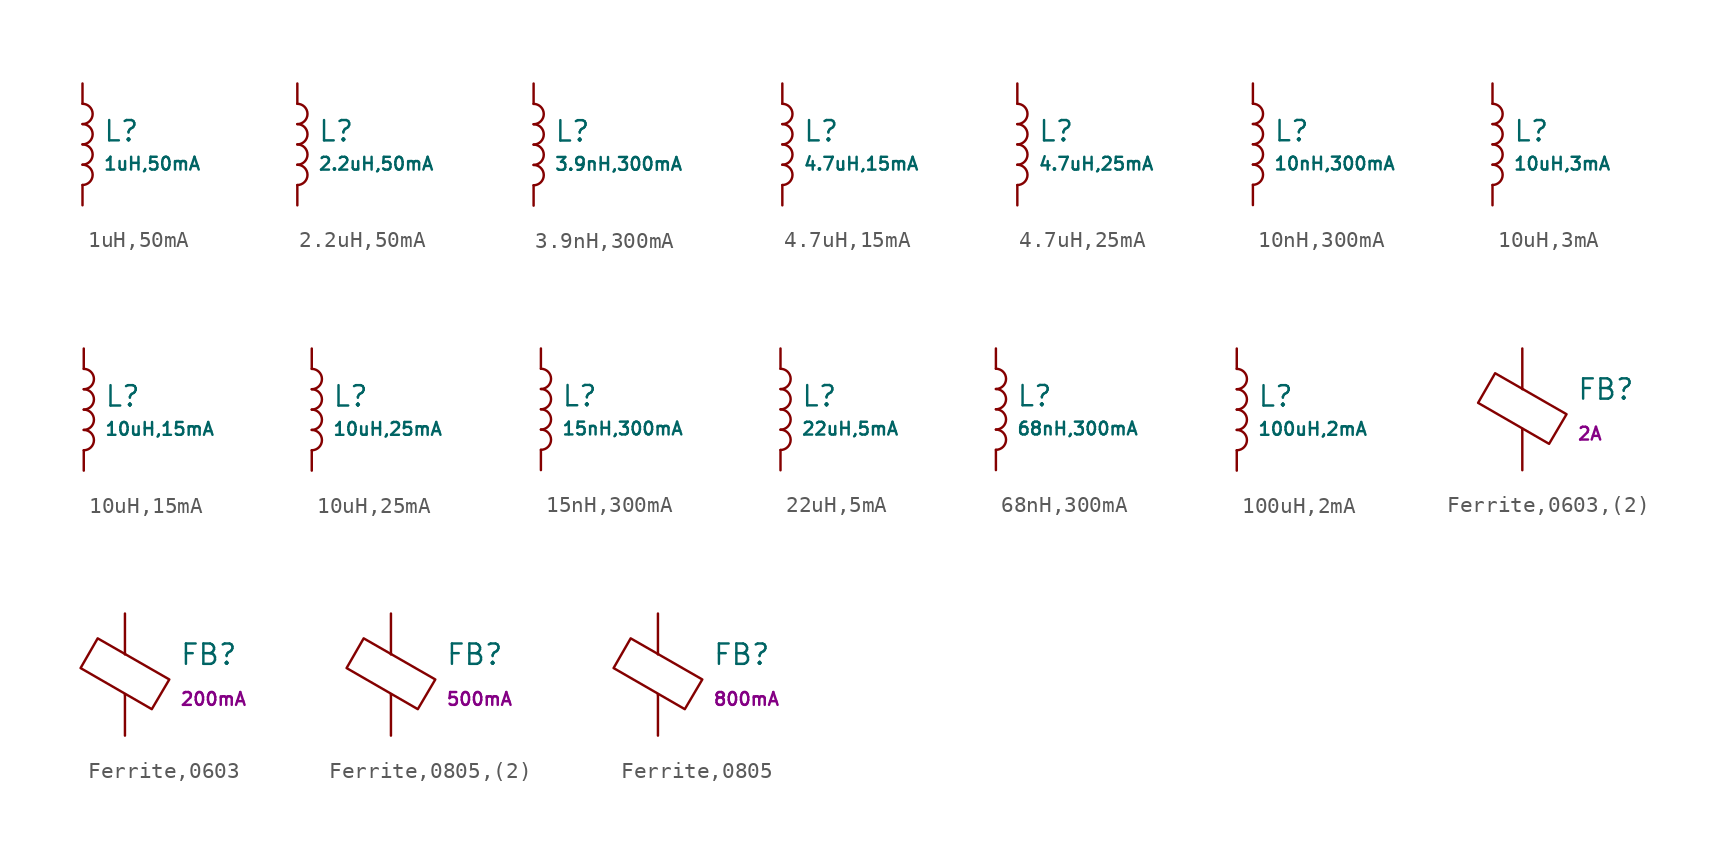
<source format=kicad_sym>
(kicad_symbol_lib
  (version 20231120)
  (generator "CDFER")
  (generator_version "8.0")
  (symbol "1uH,50mA"
    (pin_numbers hide)
    (pin_names
      (offset 0))
    (property "Reference" "L"
      (at 1.267 0.834 0)
      (effects (font (size 1.27 1.27)) (justify left)))
    (property "Value" "1uH,50mA"
      (at 1.267 -1.212 0)
      (effects (font (size 0.8 0.8)) (justify left)))
    (symbol "1uH,50mA_0_1"
      (arc (start 0 -2.54) (mid 0.6323 -1.905) (end 0 -1.27) (stroke (width 0) (type default)) (fill (type none)))
      (arc (start 0 -1.27) (mid 0.6323 -0.635) (end 0 0) (stroke (width 0) (type default)) (fill (type none)))
      (arc (start 0 0) (mid 0.6323 0.635) (end 0 1.27) (stroke (width 0) (type default)) (fill (type none)))
      (arc (start 0 1.27) (mid 0.6323 1.905) (end 0 2.54) (stroke (width 0) (type default)) (fill (type none))))
    (symbol "1uH,50mA_1_1"
      (pin passive line (at 0 3.81 270) (length 1.27) (name "~" (effects (font (size 1.27 1.27)))) (number "1" (effects (font (size 1.27 1.27)))))
      (pin passive line (at 0 -3.81 90) (length 1.27) (name "~" (effects (font (size 1.27 1.27)))) (number "2" (effects (font (size 1.27 1.27)))))))
  (symbol "2.2uH,50mA"
    (pin_numbers hide)
    (pin_names
      (offset 0))
    (property "Reference" "L"
      (at 1.267 0.834 0)
      (effects (font (size 1.27 1.27)) (justify left)))
    (property "Value" "2.2uH,50mA"
      (at 1.267 -1.212 0)
      (effects (font (size 0.8 0.8)) (justify left)))
    (symbol "2.2uH,50mA_0_1"
      (arc (start 0 -2.54) (mid 0.6323 -1.905) (end 0 -1.27) (stroke (width 0) (type default)) (fill (type none)))
      (arc (start 0 -1.27) (mid 0.6323 -0.635) (end 0 0) (stroke (width 0) (type default)) (fill (type none)))
      (arc (start 0 0) (mid 0.6323 0.635) (end 0 1.27) (stroke (width 0) (type default)) (fill (type none)))
      (arc (start 0 1.27) (mid 0.6323 1.905) (end 0 2.54) (stroke (width 0) (type default)) (fill (type none))))
    (symbol "2.2uH,50mA_1_1"
      (pin passive line (at 0 3.81 270) (length 1.27) (name "~" (effects (font (size 1.27 1.27)))) (number "1" (effects (font (size 1.27 1.27)))))
      (pin passive line (at 0 -3.81 90) (length 1.27) (name "~" (effects (font (size 1.27 1.27)))) (number "2" (effects (font (size 1.27 1.27)))))))
  (symbol "3.9nH,300mA"
    (pin_numbers hide)
    (pin_names
      (offset 0))
    (property "Reference" "L"
      (at 1.267 0.834 0)
      (effects (font (size 1.27 1.27)) (justify left)))
    (property "Value" "3.9nH,300mA"
      (at 1.267 -1.212 0)
      (effects (font (size 0.8 0.8)) (justify left)))
    (symbol "3.9nH,300mA_0_1"
      (arc (start 0 -2.54) (mid 0.6323 -1.905) (end 0 -1.27) (stroke (width 0) (type default)) (fill (type none)))
      (arc (start 0 -1.27) (mid 0.6323 -0.635) (end 0 0) (stroke (width 0) (type default)) (fill (type none)))
      (arc (start 0 0) (mid 0.6323 0.635) (end 0 1.27) (stroke (width 0) (type default)) (fill (type none)))
      (arc (start 0 1.27) (mid 0.6323 1.905) (end 0 2.54) (stroke (width 0) (type default)) (fill (type none))))
    (symbol "3.9nH,300mA_1_1"
      (pin passive line (at 0 3.81 270) (length 1.27) (name "~" (effects (font (size 1.27 1.27)))) (number "1" (effects (font (size 1.27 1.27)))))
      (pin passive line (at 0 -3.81 90) (length 1.27) (name "~" (effects (font (size 1.27 1.27)))) (number "2" (effects (font (size 1.27 1.27)))))))
  (symbol "4.7uH,15mA"
    (pin_numbers hide)
    (pin_names
      (offset 0))
    (property "Reference" "L"
      (at 1.267 0.834 0)
      (effects (font (size 1.27 1.27)) (justify left)))
    (property "Value" "4.7uH,15mA"
      (at 1.267 -1.212 0)
      (effects (font (size 0.8 0.8)) (justify left)))
    (symbol "4.7uH,15mA_0_1"
      (arc (start 0 -2.54) (mid 0.6323 -1.905) (end 0 -1.27) (stroke (width 0) (type default)) (fill (type none)))
      (arc (start 0 -1.27) (mid 0.6323 -0.635) (end 0 0) (stroke (width 0) (type default)) (fill (type none)))
      (arc (start 0 0) (mid 0.6323 0.635) (end 0 1.27) (stroke (width 0) (type default)) (fill (type none)))
      (arc (start 0 1.27) (mid 0.6323 1.905) (end 0 2.54) (stroke (width 0) (type default)) (fill (type none))))
    (symbol "4.7uH,15mA_1_1"
      (pin passive line (at 0 3.81 270) (length 1.27) (name "~" (effects (font (size 1.27 1.27)))) (number "1" (effects (font (size 1.27 1.27)))))
      (pin passive line (at 0 -3.81 90) (length 1.27) (name "~" (effects (font (size 1.27 1.27)))) (number "2" (effects (font (size 1.27 1.27)))))))
  (symbol "4.7uH,25mA"
    (pin_numbers hide)
    (pin_names
      (offset 0))
    (property "Reference" "L"
      (at 1.267 0.834 0)
      (effects (font (size 1.27 1.27)) (justify left)))
    (property "Value" "4.7uH,25mA"
      (at 1.267 -1.212 0)
      (effects (font (size 0.8 0.8)) (justify left)))
    (symbol "4.7uH,25mA_0_1"
      (arc (start 0 -2.54) (mid 0.6323 -1.905) (end 0 -1.27) (stroke (width 0) (type default)) (fill (type none)))
      (arc (start 0 -1.27) (mid 0.6323 -0.635) (end 0 0) (stroke (width 0) (type default)) (fill (type none)))
      (arc (start 0 0) (mid 0.6323 0.635) (end 0 1.27) (stroke (width 0) (type default)) (fill (type none)))
      (arc (start 0 1.27) (mid 0.6323 1.905) (end 0 2.54) (stroke (width 0) (type default)) (fill (type none))))
    (symbol "4.7uH,25mA_1_1"
      (pin passive line (at 0 3.81 270) (length 1.27) (name "~" (effects (font (size 1.27 1.27)))) (number "1" (effects (font (size 1.27 1.27)))))
      (pin passive line (at 0 -3.81 90) (length 1.27) (name "~" (effects (font (size 1.27 1.27)))) (number "2" (effects (font (size 1.27 1.27)))))))
  (symbol "10nH,300mA"
    (pin_numbers hide)
    (pin_names
      (offset 0))
    (property "Reference" "L"
      (at 1.267 0.834 0)
      (effects (font (size 1.27 1.27)) (justify left)))
    (property "Value" "10nH,300mA"
      (at 1.267 -1.212 0)
      (effects (font (size 0.8 0.8)) (justify left)))
    (symbol "10nH,300mA_0_1"
      (arc (start 0 -2.54) (mid 0.6323 -1.905) (end 0 -1.27) (stroke (width 0) (type default)) (fill (type none)))
      (arc (start 0 -1.27) (mid 0.6323 -0.635) (end 0 0) (stroke (width 0) (type default)) (fill (type none)))
      (arc (start 0 0) (mid 0.6323 0.635) (end 0 1.27) (stroke (width 0) (type default)) (fill (type none)))
      (arc (start 0 1.27) (mid 0.6323 1.905) (end 0 2.54) (stroke (width 0) (type default)) (fill (type none))))
    (symbol "10nH,300mA_1_1"
      (pin passive line (at 0 3.81 270) (length 1.27) (name "~" (effects (font (size 1.27 1.27)))) (number "1" (effects (font (size 1.27 1.27)))))
      (pin passive line (at 0 -3.81 90) (length 1.27) (name "~" (effects (font (size 1.27 1.27)))) (number "2" (effects (font (size 1.27 1.27)))))))
  (symbol "10uH,3mA"
    (pin_numbers hide)
    (pin_names
      (offset 0))
    (property "Reference" "L"
      (at 1.267 0.834 0)
      (effects (font (size 1.27 1.27)) (justify left)))
    (property "Value" "10uH,3mA"
      (at 1.267 -1.212 0)
      (effects (font (size 0.8 0.8)) (justify left)))
    (symbol "10uH,3mA_0_1"
      (arc (start 0 -2.54) (mid 0.6323 -1.905) (end 0 -1.27) (stroke (width 0) (type default)) (fill (type none)))
      (arc (start 0 -1.27) (mid 0.6323 -0.635) (end 0 0) (stroke (width 0) (type default)) (fill (type none)))
      (arc (start 0 0) (mid 0.6323 0.635) (end 0 1.27) (stroke (width 0) (type default)) (fill (type none)))
      (arc (start 0 1.27) (mid 0.6323 1.905) (end 0 2.54) (stroke (width 0) (type default)) (fill (type none))))
    (symbol "10uH,3mA_1_1"
      (pin passive line (at 0 3.81 270) (length 1.27) (name "~" (effects (font (size 1.27 1.27)))) (number "1" (effects (font (size 1.27 1.27)))))
      (pin passive line (at 0 -3.81 90) (length 1.27) (name "~" (effects (font (size 1.27 1.27)))) (number "2" (effects (font (size 1.27 1.27)))))))
  (symbol "10uH,15mA"
    (pin_numbers hide)
    (pin_names
      (offset 0))
    (property "Reference" "L"
      (at 1.267 0.834 0)
      (effects (font (size 1.27 1.27)) (justify left)))
    (property "Value" "10uH,15mA"
      (at 1.267 -1.212 0)
      (effects (font (size 0.8 0.8)) (justify left)))
    (symbol "10uH,15mA_0_1"
      (arc (start 0 -2.54) (mid 0.6323 -1.905) (end 0 -1.27) (stroke (width 0) (type default)) (fill (type none)))
      (arc (start 0 -1.27) (mid 0.6323 -0.635) (end 0 0) (stroke (width 0) (type default)) (fill (type none)))
      (arc (start 0 0) (mid 0.6323 0.635) (end 0 1.27) (stroke (width 0) (type default)) (fill (type none)))
      (arc (start 0 1.27) (mid 0.6323 1.905) (end 0 2.54) (stroke (width 0) (type default)) (fill (type none))))
    (symbol "10uH,15mA_1_1"
      (pin passive line (at 0 3.81 270) (length 1.27) (name "~" (effects (font (size 1.27 1.27)))) (number "1" (effects (font (size 1.27 1.27)))))
      (pin passive line (at 0 -3.81 90) (length 1.27) (name "~" (effects (font (size 1.27 1.27)))) (number "2" (effects (font (size 1.27 1.27)))))))
  (symbol "10uH,25mA"
    (pin_numbers hide)
    (pin_names
      (offset 0))
    (property "Reference" "L"
      (at 1.267 0.834 0)
      (effects (font (size 1.27 1.27)) (justify left)))
    (property "Value" "10uH,25mA"
      (at 1.267 -1.212 0)
      (effects (font (size 0.8 0.8)) (justify left)))
    (symbol "10uH,25mA_0_1"
      (arc (start 0 -2.54) (mid 0.6323 -1.905) (end 0 -1.27) (stroke (width 0) (type default)) (fill (type none)))
      (arc (start 0 -1.27) (mid 0.6323 -0.635) (end 0 0) (stroke (width 0) (type default)) (fill (type none)))
      (arc (start 0 0) (mid 0.6323 0.635) (end 0 1.27) (stroke (width 0) (type default)) (fill (type none)))
      (arc (start 0 1.27) (mid 0.6323 1.905) (end 0 2.54) (stroke (width 0) (type default)) (fill (type none))))
    (symbol "10uH,25mA_1_1"
      (pin passive line (at 0 3.81 270) (length 1.27) (name "~" (effects (font (size 1.27 1.27)))) (number "1" (effects (font (size 1.27 1.27)))))
      (pin passive line (at 0 -3.81 90) (length 1.27) (name "~" (effects (font (size 1.27 1.27)))) (number "2" (effects (font (size 1.27 1.27)))))))
  (symbol "15nH,300mA"
    (pin_numbers hide)
    (pin_names
      (offset 0))
    (property "Reference" "L"
      (at 1.267 0.834 0)
      (effects (font (size 1.27 1.27)) (justify left)))
    (property "Value" "15nH,300mA"
      (at 1.267 -1.212 0)
      (effects (font (size 0.8 0.8)) (justify left)))
    (symbol "15nH,300mA_0_1"
      (arc (start 0 -2.54) (mid 0.6323 -1.905) (end 0 -1.27) (stroke (width 0) (type default)) (fill (type none)))
      (arc (start 0 -1.27) (mid 0.6323 -0.635) (end 0 0) (stroke (width 0) (type default)) (fill (type none)))
      (arc (start 0 0) (mid 0.6323 0.635) (end 0 1.27) (stroke (width 0) (type default)) (fill (type none)))
      (arc (start 0 1.27) (mid 0.6323 1.905) (end 0 2.54) (stroke (width 0) (type default)) (fill (type none))))
    (symbol "15nH,300mA_1_1"
      (pin passive line (at 0 3.81 270) (length 1.27) (name "~" (effects (font (size 1.27 1.27)))) (number "1" (effects (font (size 1.27 1.27)))))
      (pin passive line (at 0 -3.81 90) (length 1.27) (name "~" (effects (font (size 1.27 1.27)))) (number "2" (effects (font (size 1.27 1.27)))))))
  (symbol "22uH,5mA"
    (pin_numbers hide)
    (pin_names
      (offset 0))
    (property "Reference" "L"
      (at 1.267 0.834 0)
      (effects (font (size 1.27 1.27)) (justify left)))
    (property "Value" "22uH,5mA"
      (at 1.267 -1.212 0)
      (effects (font (size 0.8 0.8)) (justify left)))
    (symbol "22uH,5mA_0_1"
      (arc (start 0 -2.54) (mid 0.6323 -1.905) (end 0 -1.27) (stroke (width 0) (type default)) (fill (type none)))
      (arc (start 0 -1.27) (mid 0.6323 -0.635) (end 0 0) (stroke (width 0) (type default)) (fill (type none)))
      (arc (start 0 0) (mid 0.6323 0.635) (end 0 1.27) (stroke (width 0) (type default)) (fill (type none)))
      (arc (start 0 1.27) (mid 0.6323 1.905) (end 0 2.54) (stroke (width 0) (type default)) (fill (type none))))
    (symbol "22uH,5mA_1_1"
      (pin passive line (at 0 3.81 270) (length 1.27) (name "~" (effects (font (size 1.27 1.27)))) (number "1" (effects (font (size 1.27 1.27)))))
      (pin passive line (at 0 -3.81 90) (length 1.27) (name "~" (effects (font (size 1.27 1.27)))) (number "2" (effects (font (size 1.27 1.27)))))))
  (symbol "68nH,300mA"
    (pin_numbers hide)
    (pin_names
      (offset 0))
    (property "Reference" "L"
      (at 1.267 0.834 0)
      (effects (font (size 1.27 1.27)) (justify left)))
    (property "Value" "68nH,300mA"
      (at 1.267 -1.212 0)
      (effects (font (size 0.8 0.8)) (justify left)))
    (symbol "68nH,300mA_0_1"
      (arc (start 0 -2.54) (mid 0.6323 -1.905) (end 0 -1.27) (stroke (width 0) (type default)) (fill (type none)))
      (arc (start 0 -1.27) (mid 0.6323 -0.635) (end 0 0) (stroke (width 0) (type default)) (fill (type none)))
      (arc (start 0 0) (mid 0.6323 0.635) (end 0 1.27) (stroke (width 0) (type default)) (fill (type none)))
      (arc (start 0 1.27) (mid 0.6323 1.905) (end 0 2.54) (stroke (width 0) (type default)) (fill (type none))))
    (symbol "68nH,300mA_1_1"
      (pin passive line (at 0 3.81 270) (length 1.27) (name "~" (effects (font (size 1.27 1.27)))) (number "1" (effects (font (size 1.27 1.27)))))
      (pin passive line (at 0 -3.81 90) (length 1.27) (name "~" (effects (font (size 1.27 1.27)))) (number "2" (effects (font (size 1.27 1.27)))))))
  (symbol "100uH,2mA"
    (pin_numbers hide)
    (pin_names
      (offset 0))
    (property "Reference" "L"
      (at 1.267 0.834 0)
      (effects (font (size 1.27 1.27)) (justify left)))
    (property "Value" "100uH,2mA"
      (at 1.267 -1.212 0)
      (effects (font (size 0.8 0.8)) (justify left)))
    (symbol "100uH,2mA_0_1"
      (arc (start 0 -2.54) (mid 0.6323 -1.905) (end 0 -1.27) (stroke (width 0) (type default)) (fill (type none)))
      (arc (start 0 -1.27) (mid 0.6323 -0.635) (end 0 0) (stroke (width 0) (type default)) (fill (type none)))
      (arc (start 0 0) (mid 0.6323 0.635) (end 0 1.27) (stroke (width 0) (type default)) (fill (type none)))
      (arc (start 0 1.27) (mid 0.6323 1.905) (end 0 2.54) (stroke (width 0) (type default)) (fill (type none))))
    (symbol "100uH,2mA_1_1"
      (pin passive line (at 0 3.81 270) (length 1.27) (name "~" (effects (font (size 1.27 1.27)))) (number "1" (effects (font (size 1.27 1.27)))))
      (pin passive line (at 0 -3.81 90) (length 1.27) (name "~" (effects (font (size 1.27 1.27)))) (number "2" (effects (font (size 1.27 1.27)))))))
  (symbol "Ferrite,0603,(2)"
    (pin_numbers hide)
    (pin_names
      (offset 0))
    (property "Reference" "FB"
      (at 3.404 1.251 0)
      (effects (font (size 1.27 1.27)) (justify left)))
    (property "Value" ""
      (at 0 0 0)
      (effects (font (size 0.8 0.8)) (justify left)))
    (property "Current Rating" "2A"
      (at 3.404 -1.527 0)
      (effects (font (size 0.8 0.8)) (justify left)))
    (symbol "Ferrite,0603,(2)_0_1"
      (polyline (pts (xy 0 -1.27) (xy 0 -1.219)) (stroke (width 0) (type default)) (fill (type none)))
      (polyline (pts (xy 0 1.27) (xy 0 1.295)) (stroke (width 0) (type default)) (fill (type none)))
      (polyline (pts (xy -2.769 0.406) (xy -1.702 2.261) (xy 2.769 -0.305) (xy 1.676 -2.159) (xy -2.769 0.406)) (stroke (width 0) (type default)) (fill (type none))))
    (symbol "Ferrite,0603,(2)_1_1"
      (pin passive line (at 0 3.81 270) (length 2.54) (name "~" (effects (font (size 1.27 1.27)))) (number "1" (effects (font (size 1.27 1.27)))))
      (pin passive line (at 0 -3.81 90) (length 2.54) (name "~" (effects (font (size 1.27 1.27)))) (number "2" (effects (font (size 1.27 1.27)))))))
  (symbol "Ferrite,0603"
    (pin_numbers hide)
    (pin_names
      (offset 0))
    (property "Reference" "FB"
      (at 3.404 1.251 0)
      (effects (font (size 1.27 1.27)) (justify left)))
    (property "Value" ""
      (at 0 0 0)
      (effects (font (size 0.8 0.8)) (justify left)))
    (property "Current Rating" "200mA"
      (at 3.404 -1.527 0)
      (effects (font (size 0.8 0.8)) (justify left)))
    (symbol "Ferrite,0603_0_1"
      (polyline (pts (xy 0 -1.27) (xy 0 -1.219)) (stroke (width 0) (type default)) (fill (type none)))
      (polyline (pts (xy 0 1.27) (xy 0 1.295)) (stroke (width 0) (type default)) (fill (type none)))
      (polyline (pts (xy -2.769 0.406) (xy -1.702 2.261) (xy 2.769 -0.305) (xy 1.676 -2.159) (xy -2.769 0.406)) (stroke (width 0) (type default)) (fill (type none))))
    (symbol "Ferrite,0603_1_1"
      (pin passive line (at 0 3.81 270) (length 2.54) (name "~" (effects (font (size 1.27 1.27)))) (number "1" (effects (font (size 1.27 1.27)))))
      (pin passive line (at 0 -3.81 90) (length 2.54) (name "~" (effects (font (size 1.27 1.27)))) (number "2" (effects (font (size 1.27 1.27)))))))
  (symbol "Ferrite,0805,(2)"
    (pin_numbers hide)
    (pin_names
      (offset 0))
    (property "Reference" "FB"
      (at 3.404 1.251 0)
      (effects (font (size 1.27 1.27)) (justify left)))
    (property "Value" ""
      (at 0 0 0)
      (effects (font (size 0.8 0.8)) (justify left)))
    (property "Current Rating" "500mA"
      (at 3.404 -1.527 0)
      (effects (font (size 0.8 0.8)) (justify left)))
    (symbol "Ferrite,0805,(2)_0_1"
      (polyline (pts (xy 0 -1.27) (xy 0 -1.219)) (stroke (width 0) (type default)) (fill (type none)))
      (polyline (pts (xy 0 1.27) (xy 0 1.295)) (stroke (width 0) (type default)) (fill (type none)))
      (polyline (pts (xy -2.769 0.406) (xy -1.702 2.261) (xy 2.769 -0.305) (xy 1.676 -2.159) (xy -2.769 0.406)) (stroke (width 0) (type default)) (fill (type none))))
    (symbol "Ferrite,0805,(2)_1_1"
      (pin passive line (at 0 3.81 270) (length 2.54) (name "~" (effects (font (size 1.27 1.27)))) (number "1" (effects (font (size 1.27 1.27)))))
      (pin passive line (at 0 -3.81 90) (length 2.54) (name "~" (effects (font (size 1.27 1.27)))) (number "2" (effects (font (size 1.27 1.27)))))))
  (symbol "Ferrite,0805"
    (pin_numbers hide)
    (pin_names
      (offset 0))
    (property "Reference" "FB"
      (at 3.404 1.251 0)
      (effects (font (size 1.27 1.27)) (justify left)))
    (property "Value" ""
      (at 0 0 0)
      (effects (font (size 0.8 0.8)) (justify left)))
    (property "Current Rating" "800mA"
      (at 3.404 -1.527 0)
      (effects (font (size 0.8 0.8)) (justify left)))
    (symbol "Ferrite,0805_0_1"
      (polyline (pts (xy 0 -1.27) (xy 0 -1.219)) (stroke (width 0) (type default)) (fill (type none)))
      (polyline (pts (xy 0 1.27) (xy 0 1.295)) (stroke (width 0) (type default)) (fill (type none)))
      (polyline (pts (xy -2.769 0.406) (xy -1.702 2.261) (xy 2.769 -0.305) (xy 1.676 -2.159) (xy -2.769 0.406)) (stroke (width 0) (type default)) (fill (type none))))
    (symbol "Ferrite,0805_1_1"
      (pin passive line (at 0 3.81 270) (length 2.54) (name "~" (effects (font (size 1.27 1.27)))) (number "1" (effects (font (size 1.27 1.27)))))
      (pin passive line (at 0 -3.81 90) (length 2.54) (name "~" (effects (font (size 1.27 1.27)))) (number "2" (effects (font (size 1.27 1.27))))))))
</source>
